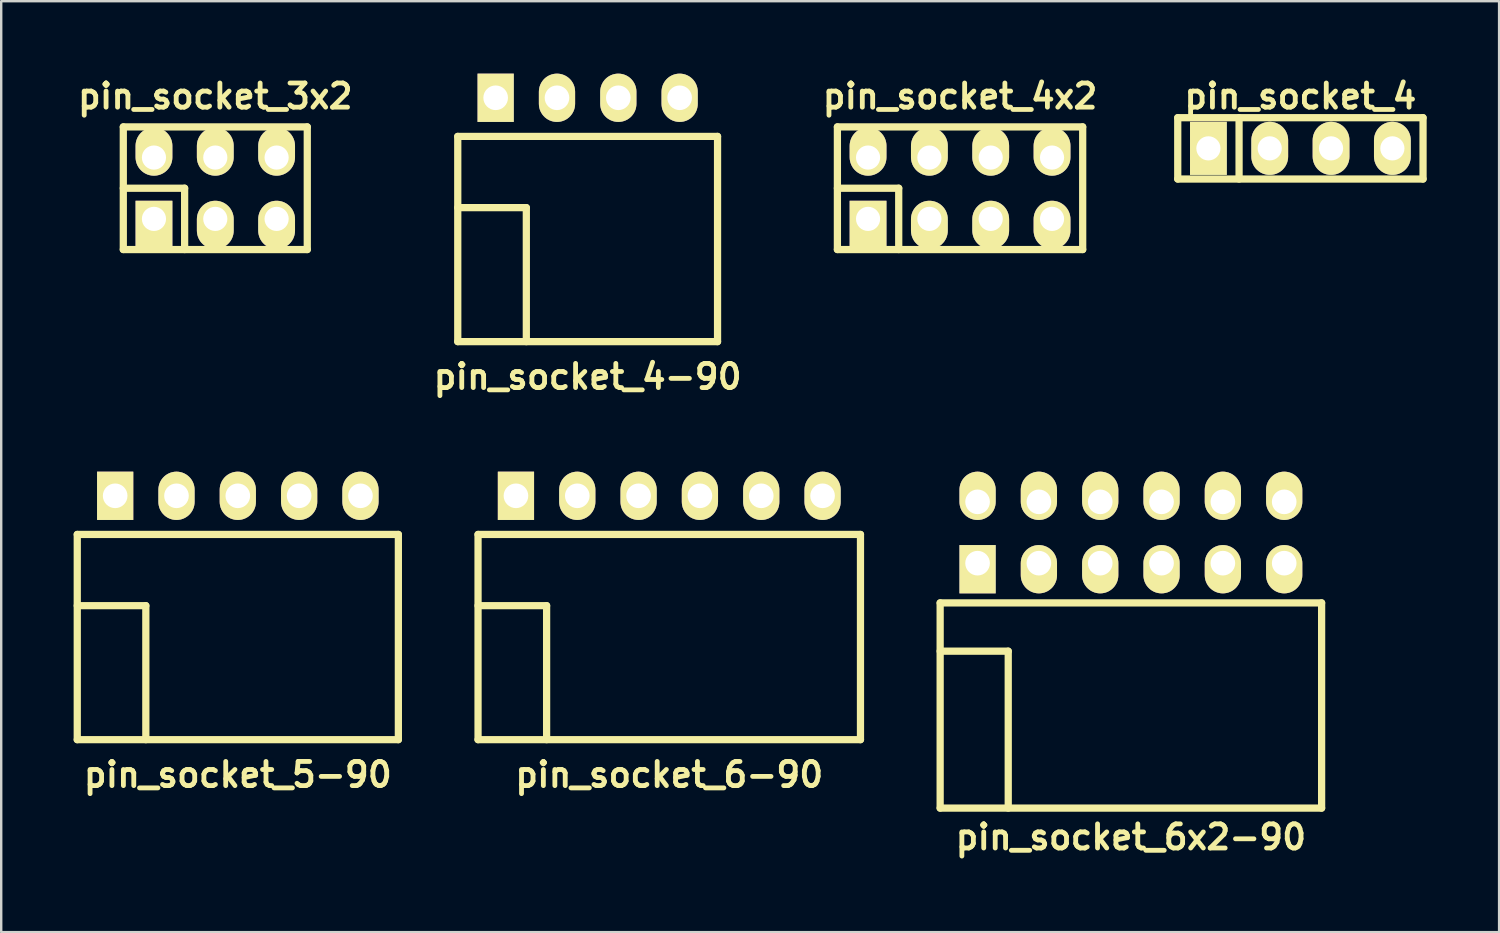
<source format=kicad_pcb>
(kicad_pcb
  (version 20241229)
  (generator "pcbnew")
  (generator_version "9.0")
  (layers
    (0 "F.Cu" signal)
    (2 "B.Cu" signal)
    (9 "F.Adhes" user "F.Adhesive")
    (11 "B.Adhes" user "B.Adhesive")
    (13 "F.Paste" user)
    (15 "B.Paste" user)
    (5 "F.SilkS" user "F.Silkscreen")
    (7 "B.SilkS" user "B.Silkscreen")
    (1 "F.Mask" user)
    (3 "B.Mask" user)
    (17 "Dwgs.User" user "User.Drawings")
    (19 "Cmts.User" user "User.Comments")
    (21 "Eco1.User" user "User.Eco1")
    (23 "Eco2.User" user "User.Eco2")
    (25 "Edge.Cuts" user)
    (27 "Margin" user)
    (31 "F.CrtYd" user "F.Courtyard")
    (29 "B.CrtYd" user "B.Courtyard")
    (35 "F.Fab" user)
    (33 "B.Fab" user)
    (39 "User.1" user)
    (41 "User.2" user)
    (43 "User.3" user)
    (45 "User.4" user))
  (footprint "pin_socket_3x2"
    (layer "F.Cu")
    (at 5.867 4.746)
    (property "Reference" "pin_socket_3x2" (at 0 -3.81 0) (layer "F.SilkS") (effects (font (size 1 1) (thickness 0.2))))
    (attr through_hole)
    (fp_line (start -3.81 -2.54) (end -3.81 2.54) (stroke (width 0.3) (type solid)) (layer "F.SilkS"))
    (fp_line (start -3.81 -2.54) (end 3.81 -2.54) (stroke (width 0.3) (type solid)) (layer "F.SilkS"))
    (fp_line (start -3.81 0) (end -1.27 0) (stroke (width 0.3) (type solid)) (layer "F.SilkS"))
    (fp_line (start -1.27 0) (end -1.27 2.54) (stroke (width 0.3) (type solid)) (layer "F.SilkS"))
    (fp_line (start 3.81 -2.54) (end 3.81 2.54) (stroke (width 0.3) (type solid)) (layer "F.SilkS"))
    (fp_line (start 3.81 2.54) (end -3.81 2.54) (stroke (width 0.3) (type solid)) (layer "F.SilkS"))
    (pad "1" thru_hole rect (at -2.54 1.27) (size 1.524 1.999) (drill 1.001 (offset 0 0.249)) (layers "*.Cu" "*.Mask" "F.SilkS"))
    (pad "2" thru_hole oval (at -2.54 -1.27) (size 1.524 1.999) (drill 1.001 (offset 0 -0.249)) (layers "*.Cu" "*.Mask" "F.SilkS"))
    (pad "3" thru_hole oval (at 0 1.27) (size 1.524 1.999) (drill 1.001 (offset 0 0.249)) (layers "*.Cu" "*.Mask" "F.SilkS"))
    (pad "4" thru_hole oval (at 0 -1.27) (size 1.524 1.999) (drill 1.001 (offset 0 -0.249)) (layers "*.Cu" "*.Mask" "F.SilkS"))
    (pad "5" thru_hole oval (at 2.54 1.27) (size 1.524 1.999) (drill 1.001 (offset 0 0.249)) (layers "*.Cu" "*.Mask" "F.SilkS"))
    (pad "6" thru_hole oval (at 2.54 -1.27) (size 1.524 1.999) (drill 1.001 (offset 0 -0.249)) (layers "*.Cu" "*.Mask" "F.SilkS")))
  (footprint "pin_socket_5-90"
    (layer "F.Cu")
    (at 6.8 22.036)
    (property "Reference" "pin_socket_5-90" (at 0 7 0) (layer "F.SilkS") (effects (font (size 1 1) (thickness 0.2))))
    (attr through_hole)
    (fp_line (start -6.65 -2.95) (end -6.65 5.55) (stroke (width 0.3) (type solid)) (layer "F.SilkS"))
    (fp_line (start -6.65 -2.95) (end 6.65 -2.95) (stroke (width 0.3) (type solid)) (layer "F.SilkS"))
    (fp_line (start -6.65 0) (end -3.81 0) (stroke (width 0.3) (type solid)) (layer "F.SilkS"))
    (fp_line (start -6.65 5.55) (end 6.65 5.55) (stroke (width 0.3) (type solid)) (layer "F.SilkS"))
    (fp_line (start -3.81 0) (end -3.81 5.55) (stroke (width 0.3) (type solid)) (layer "F.SilkS"))
    (fp_line (start 6.65 -2.95) (end 6.65 5.55) (stroke (width 0.3) (type solid)) (layer "F.SilkS"))
    (pad "1" thru_hole rect (at -5.08 -4.55) (size 1.5 2) (drill 1.02) (layers "*.Cu" "*.Mask" "F.SilkS"))
    (pad "2" thru_hole oval (at -2.54 -4.55) (size 1.5 2) (drill 1.02) (layers "*.Cu" "*.Mask" "F.SilkS"))
    (pad "3" thru_hole oval (at 0 -4.55) (size 1.5 2) (drill 1.02) (layers "*.Cu" "*.Mask" "F.SilkS"))
    (pad "4" thru_hole oval (at 2.54 -4.55) (size 1.5 2) (drill 1.02) (layers "*.Cu" "*.Mask" "F.SilkS"))
    (pad "5" thru_hole oval (at 5.08 -4.55) (size 1.5 2) (drill 1.02) (layers "*.Cu" "*.Mask" "F.SilkS")))
  (footprint "pin_socket_6x2-90"
    (layer "F.Cu")
    (at 43.79 23.921)
    (property "Reference" "pin_socket_6x2-90" (at 0 7.7 0) (layer "F.SilkS") (effects (font (size 1 1) (thickness 0.2))))
    (attr through_hole)
    (fp_line (start -7.9 -2) (end -7.9 6.5) (stroke (width 0.3) (type solid)) (layer "F.SilkS"))
    (fp_line (start -7.9 -2) (end 7.9 -2) (stroke (width 0.3) (type solid)) (layer "F.SilkS"))
    (fp_line (start -7.9 0) (end -5.08 0) (stroke (width 0.3) (type solid)) (layer "F.SilkS"))
    (fp_line (start -7.9 6.5) (end 7.9 6.5) (stroke (width 0.3) (type solid)) (layer "F.SilkS"))
    (fp_line (start -5.08 0) (end -5.08 6.5) (stroke (width 0.3) (type solid)) (layer "F.SilkS"))
    (fp_line (start 7.9 -2) (end 7.9 6.5) (stroke (width 0.3) (type solid)) (layer "F.SilkS"))
    (pad "1" thru_hole rect (at -6.35 -3.645) (size 1.5 2) (drill 1.02 (offset 0 0.25)) (layers "*.Cu" "*.Mask" "F.SilkS"))
    (pad "2" thru_hole oval (at -6.35 -6.185) (size 1.5 2) (drill 1.02 (offset 0 -0.25)) (layers "*.Cu" "*.Mask" "F.SilkS"))
    (pad "3" thru_hole oval (at -3.81 -3.645) (size 1.5 2) (drill 1.02 (offset 0 0.25)) (layers "*.Cu" "*.Mask" "F.SilkS"))
    (pad "4" thru_hole oval (at -3.81 -6.185) (size 1.5 2) (drill 1.02 (offset 0 -0.25)) (layers "*.Cu" "*.Mask" "F.SilkS"))
    (pad "5" thru_hole oval (at -1.27 -3.645) (size 1.5 2) (drill 1.02 (offset 0 0.25)) (layers "*.Cu" "*.Mask" "F.SilkS"))
    (pad "6" thru_hole oval (at -1.27 -6.185) (size 1.5 2) (drill 1.02 (offset 0 -0.25)) (layers "*.Cu" "*.Mask" "F.SilkS"))
    (pad "7" thru_hole oval (at 1.27 -3.645) (size 1.5 2) (drill 1.02 (offset 0 0.25)) (layers "*.Cu" "*.Mask" "F.SilkS"))
    (pad "8" thru_hole oval (at 1.27 -6.185) (size 1.5 2) (drill 1.02 (offset 0 -0.25)) (layers "*.Cu" "*.Mask" "F.SilkS"))
    (pad "9" thru_hole oval (at 3.81 -3.645) (size 1.5 2) (drill 1.02 (offset 0 0.25)) (layers "*.Cu" "*.Mask" "F.SilkS"))
    (pad "10" thru_hole oval (at 3.81 -6.185) (size 1.5 2) (drill 1.02 (offset 0 -0.25)) (layers "*.Cu" "*.Mask" "F.SilkS"))
    (pad "11" thru_hole oval (at 6.35 -3.645) (size 1.5 2) (drill 1.02 (offset 0 0.25)) (layers "*.Cu" "*.Mask" "F.SilkS"))
    (pad "12" thru_hole oval (at 6.35 -6.185) (size 1.5 2) (drill 1.02 (offset 0 -0.25)) (layers "*.Cu" "*.Mask" "F.SilkS")))
  (footprint "pin_socket_4x2"
    (layer "F.Cu")
    (at 36.714 4.746)
    (property "Reference" "pin_socket_4x2" (at 0 -3.81 0) (layer "F.SilkS") (effects (font (size 1 1) (thickness 0.2))))
    (attr through_hole)
    (fp_line (start -5.08 -2.54) (end -5.08 2.54) (stroke (width 0.3) (type solid)) (layer "F.SilkS"))
    (fp_line (start -5.08 -2.54) (end 5.08 -2.54) (stroke (width 0.3) (type solid)) (layer "F.SilkS"))
    (fp_line (start -5.08 0) (end -2.54 0) (stroke (width 0.3) (type solid)) (layer "F.SilkS"))
    (fp_line (start -2.54 0) (end -2.54 2.54) (stroke (width 0.3) (type solid)) (layer "F.SilkS"))
    (fp_line (start 5.08 -2.54) (end 5.08 2.54) (stroke (width 0.3) (type solid)) (layer "F.SilkS"))
    (fp_line (start 5.08 2.54) (end -5.08 2.54) (stroke (width 0.3) (type solid)) (layer "F.SilkS"))
    (pad "1" thru_hole rect (at -3.81 1.27) (size 1.524 1.999) (drill 1.001 (offset 0 0.249)) (layers "*.Cu" "*.Mask" "F.SilkS"))
    (pad "2" thru_hole oval (at -3.81 -1.27) (size 1.524 1.999) (drill 1.001 (offset 0 -0.249)) (layers "*.Cu" "*.Mask" "F.SilkS"))
    (pad "3" thru_hole oval (at -1.27 1.27) (size 1.524 1.999) (drill 1.001 (offset 0 0.249)) (layers "*.Cu" "*.Mask" "F.SilkS"))
    (pad "4" thru_hole oval (at -1.27 -1.27) (size 1.524 1.999) (drill 1.001 (offset 0 -0.249)) (layers "*.Cu" "*.Mask" "F.SilkS"))
    (pad "5" thru_hole oval (at 1.27 1.27) (size 1.524 1.999) (drill 1.001 (offset 0 0.249)) (layers "*.Cu" "*.Mask" "F.SilkS"))
    (pad "6" thru_hole oval (at 1.27 -1.27) (size 1.524 1.999) (drill 1.001 (offset 0 -0.249)) (layers "*.Cu" "*.Mask" "F.SilkS"))
    (pad "7" thru_hole oval (at 3.81 1.27) (size 1.524 1.999) (drill 1.001 (offset 0 0.249)) (layers "*.Cu" "*.Mask" "F.SilkS"))
    (pad "8" thru_hole oval (at 3.81 -1.27) (size 1.524 1.999) (drill 1.001 (offset 0 -0.249)) (layers "*.Cu" "*.Mask" "F.SilkS")))
  (footprint "pin_socket_4"
    (layer "F.Cu")
    (at 50.811 3.095)
    (property "Reference" "pin_socket_4" (at 0 -2.159 0) (layer "F.SilkS") (effects (font (size 1 1) (thickness 0.2))))
    (attr through_hole)
    (fp_line (start -5.08 -1.27) (end 5.08 -1.27) (stroke (width 0.3) (type solid)) (layer "F.SilkS"))
    (fp_line (start -5.08 1.27) (end -5.08 -1.27) (stroke (width 0.3) (type solid)) (layer "F.SilkS"))
    (fp_line (start -2.54 -1.27) (end -2.54 1.27) (stroke (width 0.3) (type solid)) (layer "F.SilkS"))
    (fp_line (start 5.08 -1.27) (end 5.08 1.27) (stroke (width 0.3) (type solid)) (layer "F.SilkS"))
    (fp_line (start 5.08 1.27) (end -5.08 1.27) (stroke (width 0.3) (type solid)) (layer "F.SilkS"))
    (pad "1" thru_hole rect (at -3.81 0) (size 1.524 2.2) (drill 1.001) (layers "*.Cu" "*.Mask" "F.SilkS"))
    (pad "2" thru_hole oval (at -1.27 0) (size 1.524 2.2) (drill 1.001) (layers "*.Cu" "*.Mask" "F.SilkS"))
    (pad "3" thru_hole oval (at 1.27 0) (size 1.524 2.2) (drill 1.001) (layers "*.Cu" "*.Mask" "F.SilkS"))
    (pad "4" thru_hole oval (at 3.81 0) (size 1.524 2.2) (drill 1.001) (layers "*.Cu" "*.Mask" "F.SilkS")))
  (footprint "pin_socket_4-90"
    (layer "F.Cu")
    (at 21.29 5.55)
    (property "Reference" "pin_socket_4-90" (at 0 7 0) (layer "F.SilkS") (effects (font (size 1 1) (thickness 0.2))))
    (attr through_hole)
    (fp_line (start -5.38 -2.95) (end -5.38 5.55) (stroke (width 0.3) (type solid)) (layer "F.SilkS"))
    (fp_line (start -5.38 -2.95) (end 5.38 -2.95) (stroke (width 0.3) (type solid)) (layer "F.SilkS"))
    (fp_line (start -5.38 0) (end -2.54 0) (stroke (width 0.3) (type solid)) (layer "F.SilkS"))
    (fp_line (start -5.38 5.55) (end 5.38 5.55) (stroke (width 0.3) (type solid)) (layer "F.SilkS"))
    (fp_line (start -2.54 0) (end -2.54 5.55) (stroke (width 0.3) (type solid)) (layer "F.SilkS"))
    (fp_line (start 5.38 -2.95) (end 5.38 5.55) (stroke (width 0.3) (type solid)) (layer "F.SilkS"))
    (pad "1" thru_hole rect (at -3.81 -4.55) (size 1.5 2) (drill 1.02) (layers "*.Cu" "*.Mask" "F.SilkS"))
    (pad "2" thru_hole oval (at -1.27 -4.55) (size 1.5 2) (drill 1.02) (layers "*.Cu" "*.Mask" "F.SilkS"))
    (pad "3" thru_hole oval (at 1.27 -4.55) (size 1.5 2) (drill 1.02) (layers "*.Cu" "*.Mask" "F.SilkS"))
    (pad "4" thru_hole oval (at 3.81 -4.55) (size 1.5 2) (drill 1.02) (layers "*.Cu" "*.Mask" "F.SilkS")))
  (footprint "pin_socket_6-90"
    (layer "F.Cu")
    (at 24.67 22.036)
    (property "Reference" "pin_socket_6-90" (at 0 7 0) (layer "F.SilkS") (effects (font (size 1 1) (thickness 0.2))))
    (attr through_hole)
    (fp_line (start -7.92 -2.95) (end -7.92 5.55) (stroke (width 0.3) (type solid)) (layer "F.SilkS"))
    (fp_line (start -7.92 -2.95) (end 7.92 -2.95) (stroke (width 0.3) (type solid)) (layer "F.SilkS"))
    (fp_line (start -7.92 0) (end -5.08 0) (stroke (width 0.3) (type solid)) (layer "F.SilkS"))
    (fp_line (start -7.92 5.55) (end 7.92 5.55) (stroke (width 0.3) (type solid)) (layer "F.SilkS"))
    (fp_line (start -5.08 0) (end -5.08 5.55) (stroke (width 0.3) (type solid)) (layer "F.SilkS"))
    (fp_line (start 7.92 -2.95) (end 7.92 5.55) (stroke (width 0.3) (type solid)) (layer "F.SilkS"))
    (pad "1" thru_hole rect (at -6.35 -4.55) (size 1.5 2) (drill 1.02) (layers "*.Cu" "*.Mask" "F.SilkS"))
    (pad "2" thru_hole oval (at -3.81 -4.55) (size 1.5 2) (drill 1.02) (layers "*.Cu" "*.Mask" "F.SilkS"))
    (pad "3" thru_hole oval (at -1.27 -4.55) (size 1.5 2) (drill 1.02) (layers "*.Cu" "*.Mask" "F.SilkS"))
    (pad "4" thru_hole oval (at 1.27 -4.55) (size 1.5 2) (drill 1.02) (layers "*.Cu" "*.Mask" "F.SilkS"))
    (pad "5" thru_hole oval (at 3.81 -4.55) (size 1.5 2) (drill 1.02) (layers "*.Cu" "*.Mask" "F.SilkS"))
    (pad "6" thru_hole oval (at 6.35 -4.55) (size 1.5 2) (drill 1.02) (layers "*.Cu" "*.Mask" "F.SilkS")))
  (gr_rect
    (start -3 -3)
    (end 59.041 35.557)
    (stroke (width 0.1) (type default))
    (fill no)
    (layer "Edge.Cuts")))
</source>
